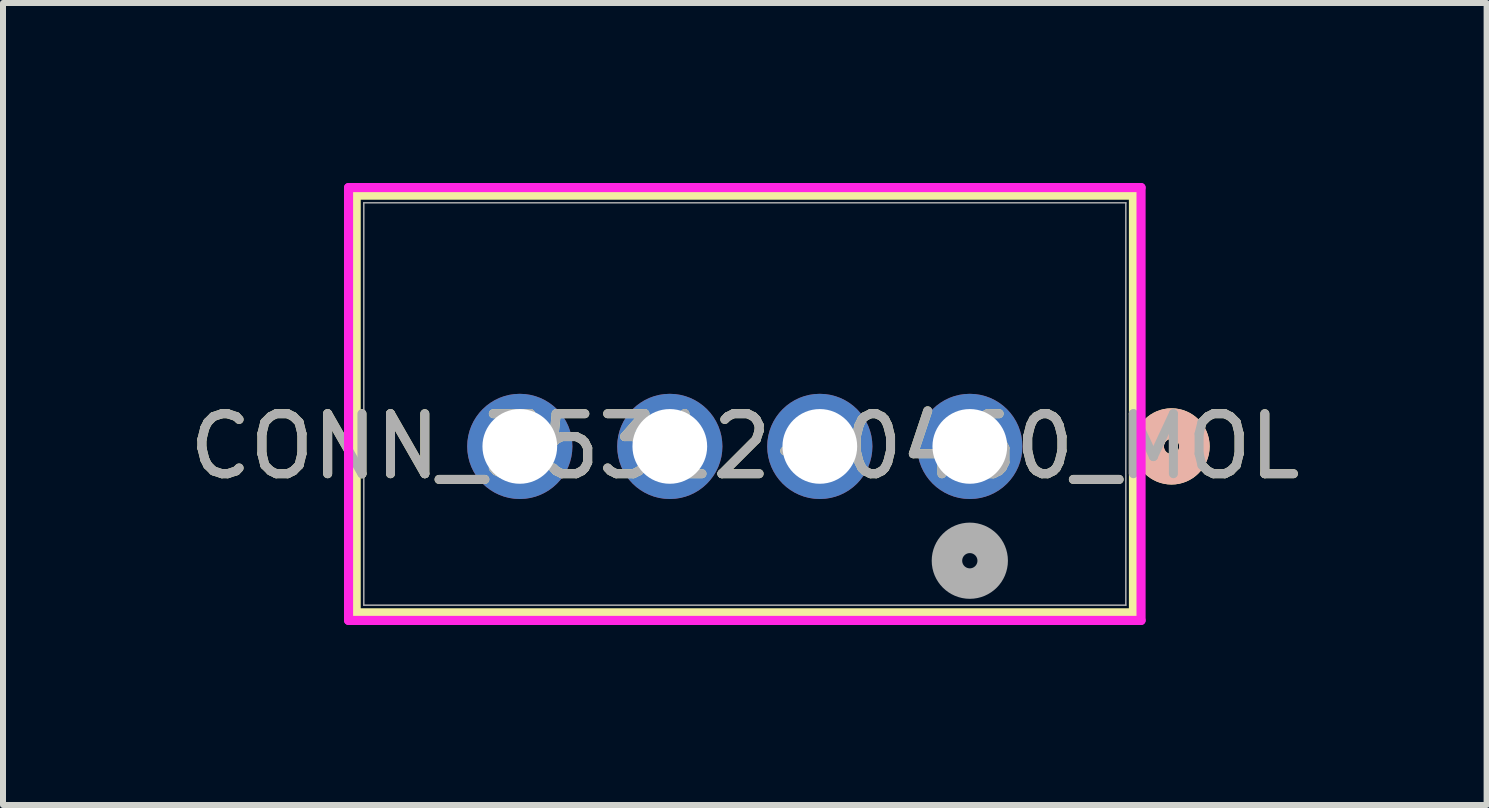
<source format=kicad_pcb>
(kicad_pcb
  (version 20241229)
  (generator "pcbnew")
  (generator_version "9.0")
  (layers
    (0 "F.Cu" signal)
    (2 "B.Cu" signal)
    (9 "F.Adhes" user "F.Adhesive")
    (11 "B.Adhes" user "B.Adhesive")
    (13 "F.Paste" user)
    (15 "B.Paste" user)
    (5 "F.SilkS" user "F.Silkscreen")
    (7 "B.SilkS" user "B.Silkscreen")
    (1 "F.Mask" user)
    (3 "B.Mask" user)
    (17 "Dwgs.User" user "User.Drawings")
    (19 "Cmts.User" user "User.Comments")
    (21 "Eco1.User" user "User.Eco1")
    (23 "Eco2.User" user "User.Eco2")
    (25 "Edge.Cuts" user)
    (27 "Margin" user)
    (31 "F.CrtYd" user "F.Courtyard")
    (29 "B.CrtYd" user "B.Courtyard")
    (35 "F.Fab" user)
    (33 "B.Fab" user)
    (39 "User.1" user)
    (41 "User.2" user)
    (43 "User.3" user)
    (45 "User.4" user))
  (footprint "CONN_35312-0460_MOL"
    (layer "F.Cu")
    (at 13.113 4.39)
    (property "Reference" "CONN_35312-0460_MOL" (at -3.75 0 0) (unlocked yes) (layer "F.SilkS") (effects (font (size 1 1) (thickness 0.15))))
    (attr through_hole)
    (fp_line (start -10.227 -4.187) (end -10.227 2.773) (stroke (width 0.152) (type solid)) (layer "F.SilkS"))
    (fp_line (start -10.227 2.773) (end 2.727 2.773) (stroke (width 0.152) (type solid)) (layer "F.SilkS"))
    (fp_line (start 2.727 -4.187) (end -10.227 -4.187) (stroke (width 0.152) (type solid)) (layer "F.SilkS"))
    (fp_line (start 2.727 2.773) (end 2.727 -4.187) (stroke (width 0.152) (type solid)) (layer "F.SilkS"))
    (fp_circle (center 3.362 0) (end 3.743 0) (stroke (width 0.508) (type solid)) (fill no) (layer "F.SilkS"))
    (fp_circle (center 3.362 0) (end 3.743 0) (stroke (width 0.508) (type solid)) (fill no) (layer "B.SilkS"))
    (fp_line (start -10.354 -4.314) (end -10.354 2.9) (stroke (width 0.152) (type solid)) (layer "F.CrtYd"))
    (fp_line (start -10.354 2.9) (end 2.854 2.9) (stroke (width 0.152) (type solid)) (layer "F.CrtYd"))
    (fp_line (start 2.854 -4.314) (end -10.354 -4.314) (stroke (width 0.152) (type solid)) (layer "F.CrtYd"))
    (fp_line (start 2.854 2.9) (end 2.854 -4.314) (stroke (width 0.152) (type solid)) (layer "F.CrtYd"))
    (fp_line (start -10.1 -4.06) (end -10.1 2.646) (stroke (width 0.025) (type solid)) (layer "F.Fab"))
    (fp_line (start -10.1 2.646) (end 2.6 2.646) (stroke (width 0.025) (type solid)) (layer "F.Fab"))
    (fp_line (start 2.6 -4.06) (end -10.1 -4.06) (stroke (width 0.025) (type solid)) (layer "F.Fab"))
    (fp_line (start 2.6 2.646) (end 2.6 -4.06) (stroke (width 0.025) (type solid)) (layer "F.Fab"))
    (fp_circle (center 0 1.905) (end 0.381 1.905) (stroke (width 0.508) (type solid)) (fill no) (layer "F.Fab"))
    (fp_text user "${REFERENCE}" (at -3.75 0 0) (unlocked yes) (layer "F.Fab") (effects (font (size 1 1) (thickness 0.15))))
    (pad "1" thru_hole circle (at 0 0) (size 1.753 1.753) (drill 1.245) (layers "*.Cu" "*.Mask"))
    (pad "2" thru_hole circle (at -2.5 0) (size 1.753 1.753) (drill 1.245) (layers "*.Cu" "*.Mask"))
    (pad "3" thru_hole circle (at -5 0) (size 1.753 1.753) (drill 1.245) (layers "*.Cu" "*.Mask"))
    (pad "4" thru_hole circle (at -7.5 0) (size 1.753 1.753) (drill 1.245) (layers "*.Cu" "*.Mask")))
  (gr_rect
    (start -3 -3)
    (end 21.726 10.366)
    (stroke (width 0.1) (type default))
    (fill no)
    (layer "Edge.Cuts")))
</source>
